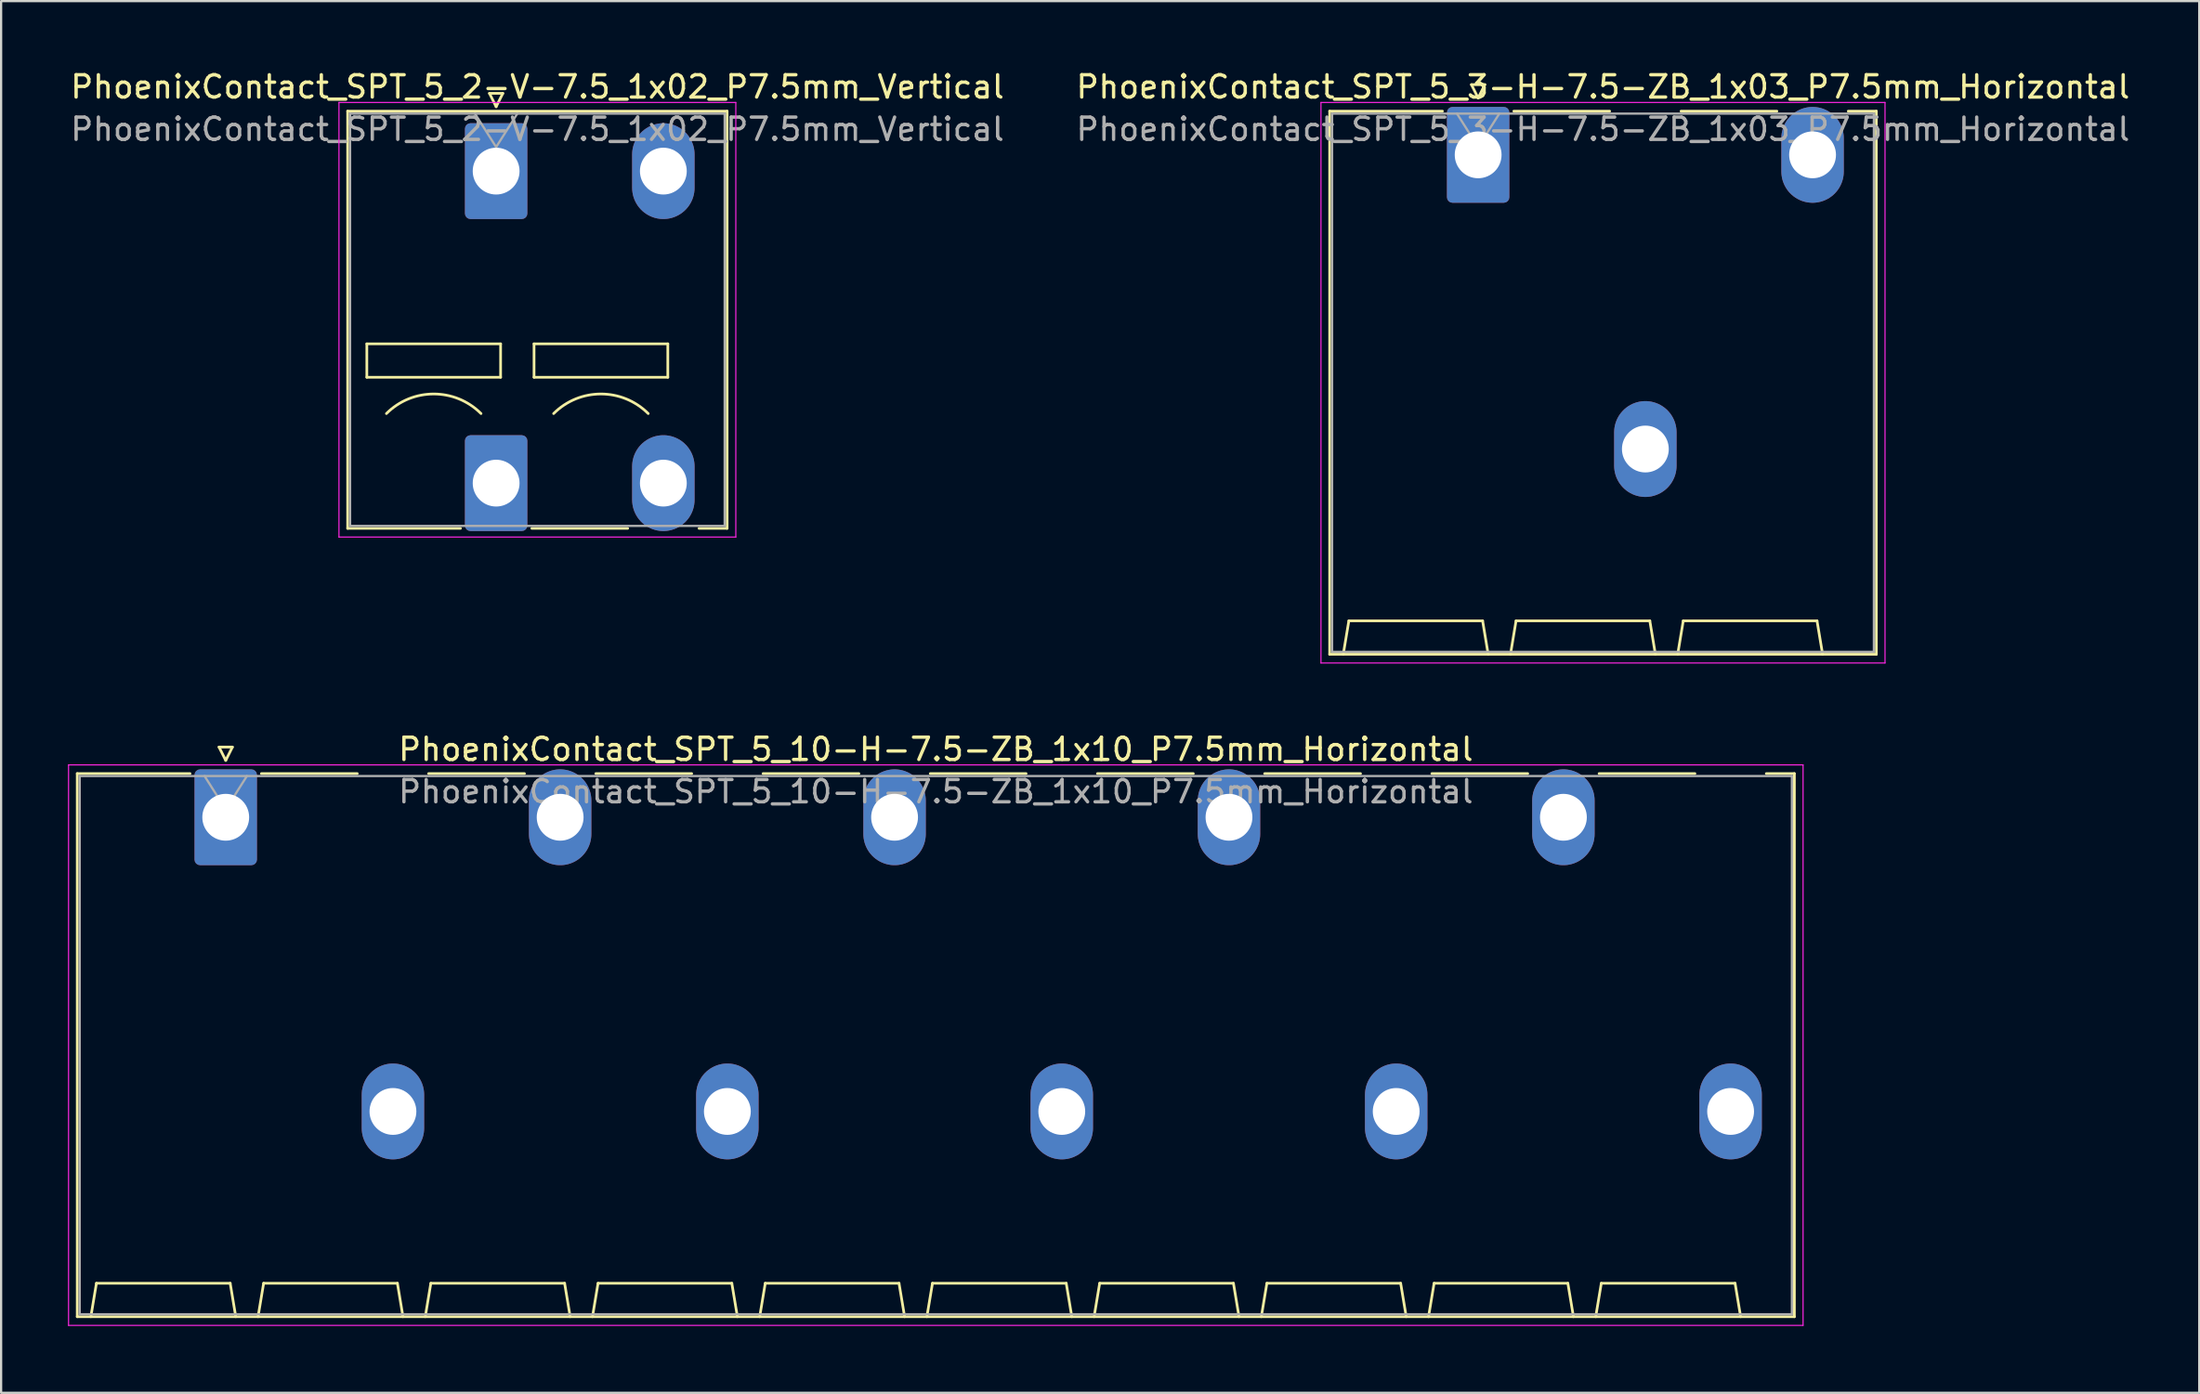
<source format=kicad_pcb>
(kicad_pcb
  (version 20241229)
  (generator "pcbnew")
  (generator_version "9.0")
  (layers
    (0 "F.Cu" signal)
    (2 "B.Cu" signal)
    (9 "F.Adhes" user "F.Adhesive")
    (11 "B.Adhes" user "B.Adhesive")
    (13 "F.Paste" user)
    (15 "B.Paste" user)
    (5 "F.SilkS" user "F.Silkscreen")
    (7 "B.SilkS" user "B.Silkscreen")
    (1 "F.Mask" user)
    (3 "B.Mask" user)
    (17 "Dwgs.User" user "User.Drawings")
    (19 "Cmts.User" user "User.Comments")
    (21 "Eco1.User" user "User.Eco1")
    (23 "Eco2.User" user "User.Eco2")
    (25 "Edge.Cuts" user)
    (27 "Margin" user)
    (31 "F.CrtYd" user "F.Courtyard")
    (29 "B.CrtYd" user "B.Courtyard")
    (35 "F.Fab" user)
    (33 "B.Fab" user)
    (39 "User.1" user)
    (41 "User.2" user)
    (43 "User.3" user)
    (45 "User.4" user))
  (footprint "PhoenixContact_SPT_5_2-V-7.5_1x02_P7.5mm_Vertical"
    (layer "F.Cu")
    (at 19.204 4.628)
    (property "Reference" "PhoenixContact_SPT_5_2-V-7.5_1x02_P7.5mm_Vertical" (at 1.85 -3.78 0) (layer "F.SilkS") (effects (font (size 1 1) (thickness 0.15))))
    (attr through_hole)
    (fp_line (start -6.66 -2.69) (end 10.36 -2.69) (stroke (width 0.12) (type solid)) (layer "F.SilkS"))
    (fp_line (start -6.66 16.03) (end -6.66 -2.69) (stroke (width 0.12) (type solid)) (layer "F.SilkS"))
    (fp_line (start -6.66 16.03) (end -1.6 16.03) (stroke (width 0.12) (type solid)) (layer "F.SilkS"))
    (fp_line (start -5.8 7.75) (end -5.8 9.25) (stroke (width 0.12) (type solid)) (layer "F.SilkS"))
    (fp_line (start -5.8 9.25) (end 0.2 9.25) (stroke (width 0.12) (type solid)) (layer "F.SilkS"))
    (fp_line (start -0.3 -3.49) (end 0 -2.89) (stroke (width 0.12) (type solid)) (layer "F.SilkS"))
    (fp_line (start -0.3 -3.49) (end 0.3 -3.49) (stroke (width 0.12) (type solid)) (layer "F.SilkS"))
    (fp_line (start 0.2 7.75) (end -5.8 7.75) (stroke (width 0.12) (type solid)) (layer "F.SilkS"))
    (fp_line (start 0.2 9.25) (end 0.2 7.75) (stroke (width 0.12) (type solid)) (layer "F.SilkS"))
    (fp_line (start 0.3 -3.49) (end 0 -2.89) (stroke (width 0.12) (type solid)) (layer "F.SilkS"))
    (fp_line (start 1.6 16.03) (end 5.9 16.03) (stroke (width 0.12) (type solid)) (layer "F.SilkS"))
    (fp_line (start 1.7 7.75) (end 1.7 9.25) (stroke (width 0.12) (type solid)) (layer "F.SilkS"))
    (fp_line (start 1.7 9.25) (end 7.7 9.25) (stroke (width 0.12) (type solid)) (layer "F.SilkS"))
    (fp_line (start 7.7 7.75) (end 1.7 7.75) (stroke (width 0.12) (type solid)) (layer "F.SilkS"))
    (fp_line (start 7.7 9.25) (end 7.7 7.75) (stroke (width 0.12) (type solid)) (layer "F.SilkS"))
    (fp_line (start 9.1 16.03) (end 10.36 16.03) (stroke (width 0.12) (type solid)) (layer "F.SilkS"))
    (fp_line (start 10.36 -2.69) (end 10.36 16.03) (stroke (width 0.12) (type solid)) (layer "F.SilkS"))
    (fp_arc (start -4.92132 10.87868) (mid -2.8 10) (end -0.67868 10.87868) (stroke (width 0.12) (type solid)) (layer "F.SilkS"))
    (fp_arc (start 2.57868 10.87868) (mid 4.7 10) (end 6.82132 10.87868) (stroke (width 0.12) (type solid)) (layer "F.SilkS"))
    (fp_line (start -7.05 -3.08) (end -7.05 16.42) (stroke (width 0.05) (type solid)) (layer "F.CrtYd"))
    (fp_line (start -7.05 16.42) (end 10.75 16.42) (stroke (width 0.05) (type solid)) (layer "F.CrtYd"))
    (fp_line (start 10.75 -3.08) (end -7.05 -3.08) (stroke (width 0.05) (type solid)) (layer "F.CrtYd"))
    (fp_line (start 10.75 16.42) (end 10.75 -3.08) (stroke (width 0.05) (type solid)) (layer "F.CrtYd"))
    (fp_line (start -6.55 -2.58) (end -6.55 15.92) (stroke (width 0.1) (type solid)) (layer "F.Fab"))
    (fp_line (start -6.55 15.92) (end 10.25 15.92) (stroke (width 0.1) (type solid)) (layer "F.Fab"))
    (fp_line (start -0.95 -2.58) (end 0 -1.08) (stroke (width 0.1) (type solid)) (layer "F.Fab"))
    (fp_line (start 0.95 -2.58) (end 0 -1.08) (stroke (width 0.1) (type solid)) (layer "F.Fab"))
    (fp_line (start 10.25 -2.58) (end -6.55 -2.58) (stroke (width 0.1) (type solid)) (layer "F.Fab"))
    (fp_line (start 10.25 15.92) (end 10.25 -2.58) (stroke (width 0.1) (type solid)) (layer "F.Fab"))
    (fp_text user "${REFERENCE}" (at 1.85 -1.88 0) (layer "F.Fab") (effects (font (size 1 1) (thickness 0.15))))
    (pad "1" thru_hole roundrect (at 0 0) (size 2.8 4.3) (drill 2.1) (layers "*.Cu" "*.Mask") (roundrect_rratio 0.089))
    (pad "1" thru_hole roundrect (at 0 14) (size 2.8 4.3) (drill 2.1) (layers "*.Cu" "*.Mask") (roundrect_rratio 0.089))
    (pad "2" thru_hole oval (at 7.5 0) (size 2.8 4.3) (drill 2.1) (layers "*.Cu" "*.Mask"))
    (pad "2" thru_hole oval (at 7.5 14) (size 2.8 4.3) (drill 2.1) (layers "*.Cu" "*.Mask")))
  (footprint "PhoenixContact_SPT_5_3-H-7.5-ZB_1x03_P7.5mm_Horizontal"
    (layer "F.Cu")
    (at 63.251 3.898)
    (property "Reference" "PhoenixContact_SPT_5_3-H-7.5-ZB_1x03_P7.5mm_Horizontal" (at 5.6 -3.05 0) (layer "F.SilkS") (effects (font (size 1 1) (thickness 0.15))))
    (attr through_hole)
    (fp_line (start -6.66 -1.96) (end -1.6 -1.96) (stroke (width 0.12) (type solid)) (layer "F.SilkS"))
    (fp_line (start -6.66 22.41) (end -6.66 -1.96) (stroke (width 0.12) (type solid)) (layer "F.SilkS"))
    (fp_line (start -6.05 22.41) (end -5.8 20.91) (stroke (width 0.12) (type solid)) (layer "F.SilkS"))
    (fp_line (start -5.8 20.91) (end 0.2 20.91) (stroke (width 0.12) (type solid)) (layer "F.SilkS"))
    (fp_line (start -0.3 -3.15) (end 0 -2.55) (stroke (width 0.12) (type solid)) (layer "F.SilkS"))
    (fp_line (start -0.3 -3.15) (end 0.3 -3.15) (stroke (width 0.12) (type solid)) (layer "F.SilkS"))
    (fp_line (start 0.3 -3.15) (end 0 -2.55) (stroke (width 0.12) (type solid)) (layer "F.SilkS"))
    (fp_line (start 0.45 22.41) (end 0.2 20.91) (stroke (width 0.12) (type solid)) (layer "F.SilkS"))
    (fp_line (start 1.45 22.41) (end 1.7 20.91) (stroke (width 0.12) (type solid)) (layer "F.SilkS"))
    (fp_line (start 1.6 -1.96) (end 5.9 -1.96) (stroke (width 0.12) (type solid)) (layer "F.SilkS"))
    (fp_line (start 1.7 20.91) (end 7.7 20.91) (stroke (width 0.12) (type solid)) (layer "F.SilkS"))
    (fp_line (start 7.95 22.41) (end 7.7 20.91) (stroke (width 0.12) (type solid)) (layer "F.SilkS"))
    (fp_line (start 8.95 22.41) (end 9.2 20.91) (stroke (width 0.12) (type solid)) (layer "F.SilkS"))
    (fp_line (start 9.1 -1.96) (end 13.4 -1.96) (stroke (width 0.12) (type solid)) (layer "F.SilkS"))
    (fp_line (start 9.2 20.91) (end 15.2 20.91) (stroke (width 0.12) (type solid)) (layer "F.SilkS"))
    (fp_line (start 15.45 22.41) (end 15.2 20.91) (stroke (width 0.12) (type solid)) (layer "F.SilkS"))
    (fp_line (start 16.6 -1.96) (end 17.86 -1.96) (stroke (width 0.12) (type solid)) (layer "F.SilkS"))
    (fp_line (start 17.86 -1.96) (end 17.86 22.41) (stroke (width 0.12) (type solid)) (layer "F.SilkS"))
    (fp_line (start 17.86 22.41) (end -6.66 22.41) (stroke (width 0.12) (type solid)) (layer "F.SilkS"))
    (fp_line (start -7.05 -2.35) (end -7.05 22.8) (stroke (width 0.05) (type solid)) (layer "F.CrtYd"))
    (fp_line (start -7.05 22.8) (end 18.25 22.8) (stroke (width 0.05) (type solid)) (layer "F.CrtYd"))
    (fp_line (start 18.25 -2.35) (end -7.05 -2.35) (stroke (width 0.05) (type solid)) (layer "F.CrtYd"))
    (fp_line (start 18.25 22.8) (end 18.25 -2.35) (stroke (width 0.05) (type solid)) (layer "F.CrtYd"))
    (fp_line (start -6.55 -1.85) (end -6.55 22.3) (stroke (width 0.1) (type solid)) (layer "F.Fab"))
    (fp_line (start -6.55 22.3) (end 17.75 22.3) (stroke (width 0.1) (type solid)) (layer "F.Fab"))
    (fp_line (start -0.95 -1.85) (end 0 -0.35) (stroke (width 0.1) (type solid)) (layer "F.Fab"))
    (fp_line (start 0.95 -1.85) (end 0 -0.35) (stroke (width 0.1) (type solid)) (layer "F.Fab"))
    (fp_line (start 17.75 -1.85) (end -6.55 -1.85) (stroke (width 0.1) (type solid)) (layer "F.Fab"))
    (fp_line (start 17.75 22.3) (end 17.75 -1.85) (stroke (width 0.1) (type solid)) (layer "F.Fab"))
    (fp_text user "${REFERENCE}" (at 5.6 -1.15 0) (layer "F.Fab") (effects (font (size 1 1) (thickness 0.15))))
    (pad "1" thru_hole roundrect (at 0 0) (size 2.8 4.3) (drill 2.1) (layers "*.Cu" "*.Mask") (roundrect_rratio 0.089))
    (pad "2" thru_hole oval (at 7.5 13.2) (size 2.8 4.3) (drill 2.1) (layers "*.Cu" "*.Mask"))
    (pad "3" thru_hole oval (at 15 0) (size 2.8 4.3) (drill 2.1) (layers "*.Cu" "*.Mask")))
  (footprint "PhoenixContact_SPT_5_10-H-7.5-ZB_1x10_P7.5mm_Horizontal"
    (layer "F.Cu")
    (at 7.075 33.621)
    (property "Reference" "PhoenixContact_SPT_5_10-H-7.5-ZB_1x10_P7.5mm_Horizontal" (at 31.85 -3.05 0) (layer "F.SilkS") (effects (font (size 1 1) (thickness 0.15))))
    (attr through_hole)
    (fp_line (start -6.66 -1.96) (end -1.6 -1.96) (stroke (width 0.12) (type solid)) (layer "F.SilkS"))
    (fp_line (start -6.66 22.41) (end -6.66 -1.96) (stroke (width 0.12) (type solid)) (layer "F.SilkS"))
    (fp_line (start -6.05 22.41) (end -5.8 20.91) (stroke (width 0.12) (type solid)) (layer "F.SilkS"))
    (fp_line (start -5.8 20.91) (end 0.2 20.91) (stroke (width 0.12) (type solid)) (layer "F.SilkS"))
    (fp_line (start -0.3 -3.15) (end 0 -2.55) (stroke (width 0.12) (type solid)) (layer "F.SilkS"))
    (fp_line (start -0.3 -3.15) (end 0.3 -3.15) (stroke (width 0.12) (type solid)) (layer "F.SilkS"))
    (fp_line (start 0.3 -3.15) (end 0 -2.55) (stroke (width 0.12) (type solid)) (layer "F.SilkS"))
    (fp_line (start 0.45 22.41) (end 0.2 20.91) (stroke (width 0.12) (type solid)) (layer "F.SilkS"))
    (fp_line (start 1.45 22.41) (end 1.7 20.91) (stroke (width 0.12) (type solid)) (layer "F.SilkS"))
    (fp_line (start 1.6 -1.96) (end 5.9 -1.96) (stroke (width 0.12) (type solid)) (layer "F.SilkS"))
    (fp_line (start 1.7 20.91) (end 7.7 20.91) (stroke (width 0.12) (type solid)) (layer "F.SilkS"))
    (fp_line (start 7.95 22.41) (end 7.7 20.91) (stroke (width 0.12) (type solid)) (layer "F.SilkS"))
    (fp_line (start 8.95 22.41) (end 9.2 20.91) (stroke (width 0.12) (type solid)) (layer "F.SilkS"))
    (fp_line (start 9.1 -1.96) (end 13.4 -1.96) (stroke (width 0.12) (type solid)) (layer "F.SilkS"))
    (fp_line (start 9.2 20.91) (end 15.2 20.91) (stroke (width 0.12) (type solid)) (layer "F.SilkS"))
    (fp_line (start 15.45 22.41) (end 15.2 20.91) (stroke (width 0.12) (type solid)) (layer "F.SilkS"))
    (fp_line (start 16.45 22.41) (end 16.7 20.91) (stroke (width 0.12) (type solid)) (layer "F.SilkS"))
    (fp_line (start 16.6 -1.96) (end 20.9 -1.96) (stroke (width 0.12) (type solid)) (layer "F.SilkS"))
    (fp_line (start 16.7 20.91) (end 22.7 20.91) (stroke (width 0.12) (type solid)) (layer "F.SilkS"))
    (fp_line (start 22.95 22.41) (end 22.7 20.91) (stroke (width 0.12) (type solid)) (layer "F.SilkS"))
    (fp_line (start 23.95 22.41) (end 24.2 20.91) (stroke (width 0.12) (type solid)) (layer "F.SilkS"))
    (fp_line (start 24.1 -1.96) (end 28.4 -1.96) (stroke (width 0.12) (type solid)) (layer "F.SilkS"))
    (fp_line (start 24.2 20.91) (end 30.2 20.91) (stroke (width 0.12) (type solid)) (layer "F.SilkS"))
    (fp_line (start 30.45 22.41) (end 30.2 20.91) (stroke (width 0.12) (type solid)) (layer "F.SilkS"))
    (fp_line (start 31.45 22.41) (end 31.7 20.91) (stroke (width 0.12) (type solid)) (layer "F.SilkS"))
    (fp_line (start 31.6 -1.96) (end 35.9 -1.96) (stroke (width 0.12) (type solid)) (layer "F.SilkS"))
    (fp_line (start 31.7 20.91) (end 37.7 20.91) (stroke (width 0.12) (type solid)) (layer "F.SilkS"))
    (fp_line (start 37.95 22.41) (end 37.7 20.91) (stroke (width 0.12) (type solid)) (layer "F.SilkS"))
    (fp_line (start 38.95 22.41) (end 39.2 20.91) (stroke (width 0.12) (type solid)) (layer "F.SilkS"))
    (fp_line (start 39.1 -1.96) (end 43.4 -1.96) (stroke (width 0.12) (type solid)) (layer "F.SilkS"))
    (fp_line (start 39.2 20.91) (end 45.2 20.91) (stroke (width 0.12) (type solid)) (layer "F.SilkS"))
    (fp_line (start 45.45 22.41) (end 45.2 20.91) (stroke (width 0.12) (type solid)) (layer "F.SilkS"))
    (fp_line (start 46.45 22.41) (end 46.7 20.91) (stroke (width 0.12) (type solid)) (layer "F.SilkS"))
    (fp_line (start 46.6 -1.96) (end 50.9 -1.96) (stroke (width 0.12) (type solid)) (layer "F.SilkS"))
    (fp_line (start 46.7 20.91) (end 52.7 20.91) (stroke (width 0.12) (type solid)) (layer "F.SilkS"))
    (fp_line (start 52.95 22.41) (end 52.7 20.91) (stroke (width 0.12) (type solid)) (layer "F.SilkS"))
    (fp_line (start 53.95 22.41) (end 54.2 20.91) (stroke (width 0.12) (type solid)) (layer "F.SilkS"))
    (fp_line (start 54.1 -1.96) (end 58.4 -1.96) (stroke (width 0.12) (type solid)) (layer "F.SilkS"))
    (fp_line (start 54.2 20.91) (end 60.2 20.91) (stroke (width 0.12) (type solid)) (layer "F.SilkS"))
    (fp_line (start 60.45 22.41) (end 60.2 20.91) (stroke (width 0.12) (type solid)) (layer "F.SilkS"))
    (fp_line (start 61.45 22.41) (end 61.7 20.91) (stroke (width 0.12) (type solid)) (layer "F.SilkS"))
    (fp_line (start 61.6 -1.96) (end 65.9 -1.96) (stroke (width 0.12) (type solid)) (layer "F.SilkS"))
    (fp_line (start 61.7 20.91) (end 67.7 20.91) (stroke (width 0.12) (type solid)) (layer "F.SilkS"))
    (fp_line (start 67.95 22.41) (end 67.7 20.91) (stroke (width 0.12) (type solid)) (layer "F.SilkS"))
    (fp_line (start 69.1 -1.96) (end 70.36 -1.96) (stroke (width 0.12) (type solid)) (layer "F.SilkS"))
    (fp_line (start 70.36 -1.96) (end 70.36 22.41) (stroke (width 0.12) (type solid)) (layer "F.SilkS"))
    (fp_line (start 70.36 22.41) (end -6.66 22.41) (stroke (width 0.12) (type solid)) (layer "F.SilkS"))
    (fp_line (start -7.05 -2.35) (end -7.05 22.8) (stroke (width 0.05) (type solid)) (layer "F.CrtYd"))
    (fp_line (start -7.05 22.8) (end 70.75 22.8) (stroke (width 0.05) (type solid)) (layer "F.CrtYd"))
    (fp_line (start 70.75 -2.35) (end -7.05 -2.35) (stroke (width 0.05) (type solid)) (layer "F.CrtYd"))
    (fp_line (start 70.75 22.8) (end 70.75 -2.35) (stroke (width 0.05) (type solid)) (layer "F.CrtYd"))
    (fp_line (start -6.55 -1.85) (end -6.55 22.3) (stroke (width 0.1) (type solid)) (layer "F.Fab"))
    (fp_line (start -6.55 22.3) (end 70.25 22.3) (stroke (width 0.1) (type solid)) (layer "F.Fab"))
    (fp_line (start -0.95 -1.85) (end 0 -0.35) (stroke (width 0.1) (type solid)) (layer "F.Fab"))
    (fp_line (start 0.95 -1.85) (end 0 -0.35) (stroke (width 0.1) (type solid)) (layer "F.Fab"))
    (fp_line (start 70.25 -1.85) (end -6.55 -1.85) (stroke (width 0.1) (type solid)) (layer "F.Fab"))
    (fp_line (start 70.25 22.3) (end 70.25 -1.85) (stroke (width 0.1) (type solid)) (layer "F.Fab"))
    (fp_text user "${REFERENCE}" (at 31.85 -1.15 0) (layer "F.Fab") (effects (font (size 1 1) (thickness 0.15))))
    (pad "1" thru_hole roundrect (at 0 0) (size 2.8 4.3) (drill 2.1) (layers "*.Cu" "*.Mask") (roundrect_rratio 0.089))
    (pad "2" thru_hole oval (at 7.5 13.2) (size 2.8 4.3) (drill 2.1) (layers "*.Cu" "*.Mask"))
    (pad "3" thru_hole oval (at 15 0) (size 2.8 4.3) (drill 2.1) (layers "*.Cu" "*.Mask"))
    (pad "4" thru_hole oval (at 22.5 13.2) (size 2.8 4.3) (drill 2.1) (layers "*.Cu" "*.Mask"))
    (pad "5" thru_hole oval (at 30 0) (size 2.8 4.3) (drill 2.1) (layers "*.Cu" "*.Mask"))
    (pad "6" thru_hole oval (at 37.5 13.2) (size 2.8 4.3) (drill 2.1) (layers "*.Cu" "*.Mask"))
    (pad "7" thru_hole oval (at 45 0) (size 2.8 4.3) (drill 2.1) (layers "*.Cu" "*.Mask"))
    (pad "8" thru_hole oval (at 52.5 13.2) (size 2.8 4.3) (drill 2.1) (layers "*.Cu" "*.Mask"))
    (pad "9" thru_hole oval (at 60 0) (size 2.8 4.3) (drill 2.1) (layers "*.Cu" "*.Mask"))
    (pad "10" thru_hole oval (at 67.5 13.2) (size 2.8 4.3) (drill 2.1) (layers "*.Cu" "*.Mask")))
  (gr_rect
    (start -3 -3)
    (end 95.595 59.447)
    (stroke (width 0.1) (type default))
    (fill no)
    (layer "Edge.Cuts")))
</source>
